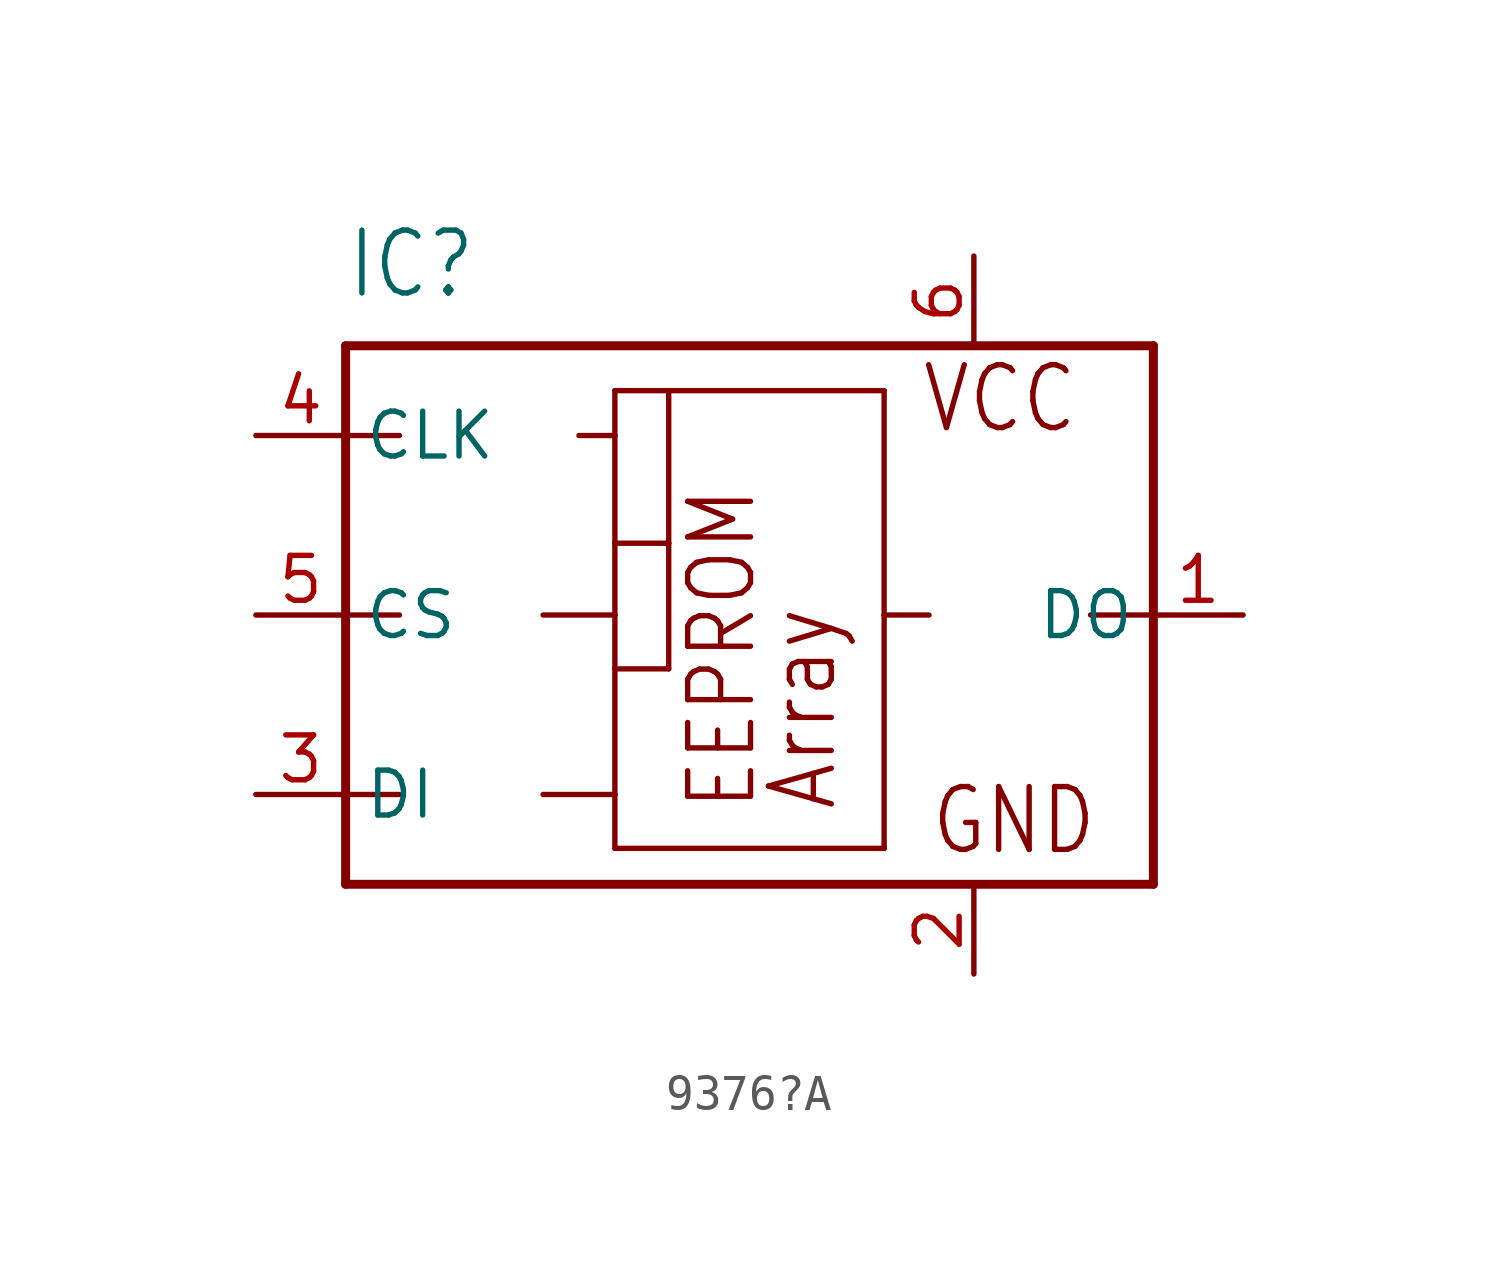
<source format=kicad_sym>
(kicad_symbol_lib
  (version 20231120)
  (generator "kicad_symbol_editor")
  (generator_version "8.0")
  (symbol "9376?A"
    (property "Reference" "IC"
      (at -10.16 8.89 0)
      (effects (font (size 1.778 1.511)) (justify left bottom)))
    (property "Value" ""
      (at -10.16 -10.16 0)
      (effects (font (size 1.778 1.511)) (justify left bottom)))
    (property "ki_locked" ""
      (at 0 0 0)
      (effects (font (size 1.27 1.27))))
    (symbol "9376?A_1_0"
      (polyline (pts (xy -10.16 -7.62) (xy -10.16 -5.08)) (stroke (width 0.254) (type solid)) (fill (type none)))
      (polyline (pts (xy -10.16 -5.08) (xy -10.16 0)) (stroke (width 0.254) (type solid)) (fill (type none)))
      (polyline (pts (xy -10.16 -5.08) (xy -8.636 -5.08)) (stroke (width 0.152) (type solid)) (fill (type none)))
      (polyline (pts (xy -10.16 0) (xy -10.16 5.08)) (stroke (width 0.254) (type solid)) (fill (type none)))
      (polyline (pts (xy -10.16 0) (xy -8.636 0)) (stroke (width 0.152) (type solid)) (fill (type none)))
      (polyline (pts (xy -10.16 5.08) (xy -10.16 7.62)) (stroke (width 0.254) (type solid)) (fill (type none)))
      (polyline (pts (xy -10.16 5.08) (xy -8.636 5.08)) (stroke (width 0.152) (type solid)) (fill (type none)))
      (polyline (pts (xy -10.16 7.62) (xy 12.7 7.62)) (stroke (width 0.254) (type solid)) (fill (type none)))
      (polyline (pts (xy -4.572 -5.08) (xy -2.54 -5.08)) (stroke (width 0.152) (type solid)) (fill (type none)))
      (polyline (pts (xy -4.572 0) (xy -2.54 0)) (stroke (width 0.152) (type solid)) (fill (type none)))
      (polyline (pts (xy -3.556 5.08) (xy -2.54 5.08)) (stroke (width 0.152) (type solid)) (fill (type none)))
      (polyline (pts (xy -2.54 -6.604) (xy -2.54 -5.08)) (stroke (width 0.152) (type solid)) (fill (type none)))
      (polyline (pts (xy -2.54 -5.08) (xy -2.54 -1.524)) (stroke (width 0.152) (type solid)) (fill (type none)))
      (polyline (pts (xy -2.54 -1.524) (xy -2.54 0)) (stroke (width 0.152) (type solid)) (fill (type none)))
      (polyline (pts (xy -2.54 -1.524) (xy -1.016 -1.524)) (stroke (width 0.152) (type solid)) (fill (type none)))
      (polyline (pts (xy -2.54 0) (xy -2.54 2.032)) (stroke (width 0.152) (type solid)) (fill (type none)))
      (polyline (pts (xy -2.54 2.032) (xy -2.54 5.08)) (stroke (width 0.152) (type solid)) (fill (type none)))
      (polyline (pts (xy -2.54 2.032) (xy -1.016 2.032)) (stroke (width 0.152) (type solid)) (fill (type none)))
      (polyline (pts (xy -2.54 5.08) (xy -2.54 6.35)) (stroke (width 0.152) (type solid)) (fill (type none)))
      (polyline (pts (xy -2.54 6.35) (xy -1.016 6.35)) (stroke (width 0.152) (type solid)) (fill (type none)))
      (polyline (pts (xy -1.016 2.032) (xy -1.016 -1.524)) (stroke (width 0.152) (type solid)) (fill (type none)))
      (polyline (pts (xy -1.016 6.35) (xy -1.016 2.032)) (stroke (width 0.152) (type solid)) (fill (type none)))
      (polyline (pts (xy -1.016 6.35) (xy 5.08 6.35)) (stroke (width 0.152) (type solid)) (fill (type none)))
      (polyline (pts (xy 5.08 -6.604) (xy -2.54 -6.604)) (stroke (width 0.152) (type solid)) (fill (type none)))
      (polyline (pts (xy 5.08 0) (xy 5.08 -6.604)) (stroke (width 0.152) (type solid)) (fill (type none)))
      (polyline (pts (xy 5.08 6.35) (xy 5.08 0)) (stroke (width 0.152) (type solid)) (fill (type none)))
      (polyline (pts (xy 6.35 0) (xy 5.08 0)) (stroke (width 0.152) (type solid)) (fill (type none)))
      (polyline (pts (xy 12.7 -7.62) (xy -10.16 -7.62)) (stroke (width 0.254) (type solid)) (fill (type none)))
      (polyline (pts (xy 12.7 0) (xy 10.922 0)) (stroke (width 0.152) (type solid)) (fill (type none)))
      (polyline (pts (xy 12.7 0) (xy 12.7 -7.62)) (stroke (width 0.254) (type solid)) (fill (type none)))
      (polyline (pts (xy 12.7 7.62) (xy 12.7 0)) (stroke (width 0.254) (type solid)) (fill (type none)))
      (text "Array" (at 3.81 -5.588 900) (effects (font (size 1.778 1.511)) (justify left bottom)))
      (text "EEPROM" (at 1.524 -5.588 900) (effects (font (size 1.778 1.511)) (justify left bottom)))
      (text "GND" (at 6.35 -6.858 0) (effects (font (size 1.778 1.511)) (justify left bottom)))
      (text "VCC" (at 6.096 5.08 0) (effects (font (size 1.778 1.511)) (justify left bottom)))
      (pin tri_state line (at 15.24 0 180) (length 2.54) (name "DO" (effects (font (size 1.27 1.27)))) (number "1" (effects (font (size 1.27 1.27)))))
      (pin power_in line (at 7.62 -10.16 90) (length 2.54) (name "GND" (effects (font (size 0 0)))) (number "2" (effects (font (size 1.27 1.27)))))
      (pin input line (at -12.7 -5.08 0) (length 2.54) (name "DI" (effects (font (size 1.27 1.27)))) (number "3" (effects (font (size 1.27 1.27)))))
      (pin input line (at -12.7 5.08 0) (length 2.54) (name "CLK" (effects (font (size 1.27 1.27)))) (number "4" (effects (font (size 1.27 1.27)))))
      (pin input line (at -12.7 0 0) (length 2.54) (name "CS" (effects (font (size 1.27 1.27)))) (number "5" (effects (font (size 1.27 1.27)))))
      (pin power_in line (at 7.62 10.16 270) (length 2.54) (name "VCC" (effects (font (size 0 0)))) (number "6" (effects (font (size 1.27 1.27))))))))
</source>
